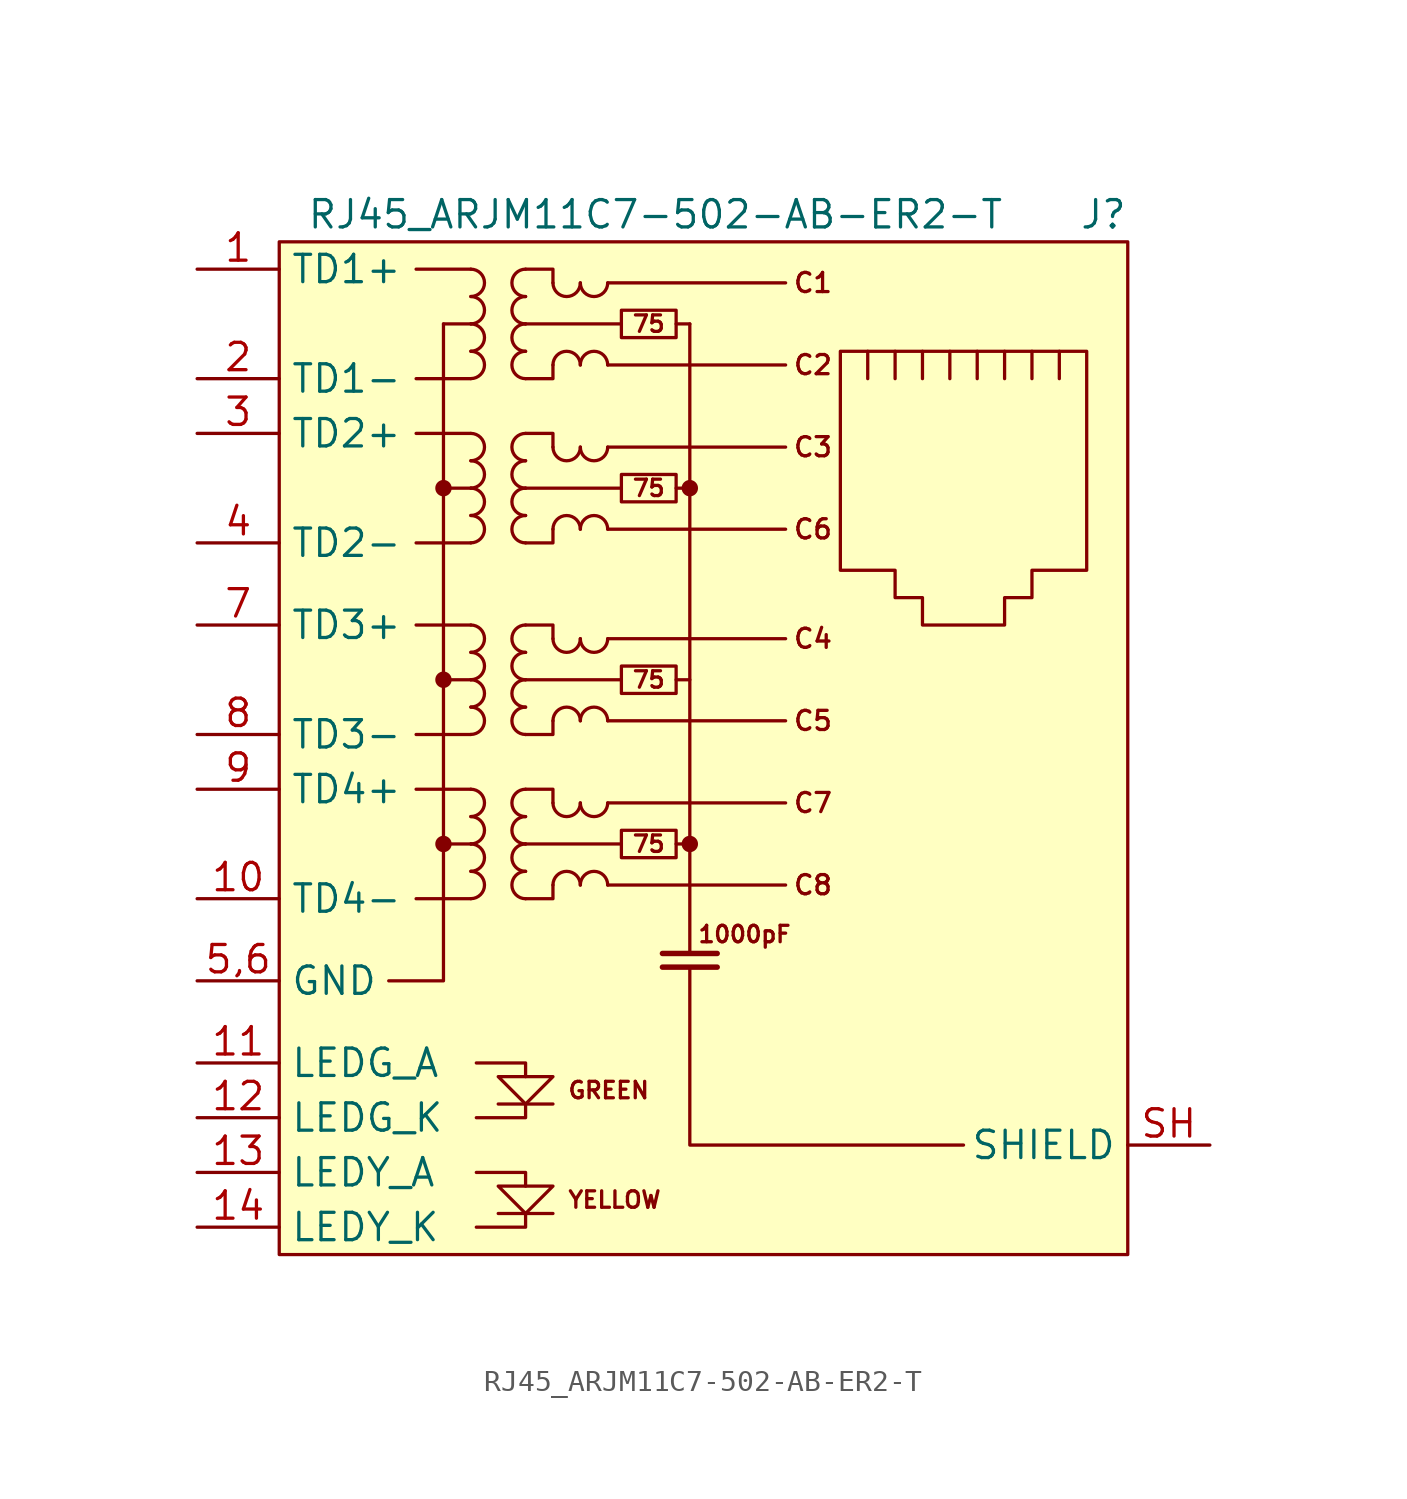
<source format=kicad_sym>
(kicad_symbol_lib
  (version 20211014)
  (generator kicad_symbol_editor)
  (symbol "RJ45_ARJM11C7-502-AB-ER2-T"
    (property "Reference" "J"
      (at 19.05 15.24 0)
      (effects (font (size 1.27 1.27)) (justify right)))
    (property "Value" "RJ45_ARJM11C7-502-AB-ER2-T"
      (at -19.05 15.24 0)
      (effects (font (size 1.27 1.27)) (justify left)))
    (symbol "RJ45_ARJM11C7-502-AB-ER2-T_0_0"
      (circle (center -12.7 -13.97) (radius 0.254) (stroke (width 0.254) (type default) (color 0 0 0 0)) (fill (type outline)))
      (circle (center -12.7 -6.35) (radius 0.254) (stroke (width 0.254) (type default) (color 0 0 0 0)) (fill (type outline)))
      (circle (center -12.7 2.54) (radius 0.254) (stroke (width 0.254) (type default) (color 0 0 0 0)) (fill (type outline)))
      (circle (center -1.27 -13.97) (radius 0.254) (stroke (width 0.254) (type default) (color 0 0 0 0)) (fill (type outline)))
      (circle (center -1.27 2.54) (radius 0.254) (stroke (width 0.254) (type default) (color 0 0 0 0)) (fill (type outline)))
      (polyline (pts (xy -7.62 -31.115) (xy -10.16 -31.115)) (stroke (width 0) (type default) (color 0 0 0 0)) (fill (type none)))
      (polyline (pts (xy -7.62 -26.035) (xy -10.16 -26.035)) (stroke (width 0) (type default) (color 0 0 0 0)) (fill (type none)))
      (polyline (pts (xy -1.27 10.16) (xy -1.27 -19.05)) (stroke (width 0) (type default) (color 0 0 0 0)) (fill (type none)))
      (polyline (pts (xy 0 -19.685) (xy -2.54 -19.685)) (stroke (width 0.254) (type default) (color 0 0 0 0)) (fill (type none)))
      (polyline (pts (xy 0 -19.05) (xy -2.54 -19.05)) (stroke (width 0.254) (type default) (color 0 0 0 0)) (fill (type none)))
      (polyline (pts (xy -12.7 10.16) (xy -12.7 -20.32) (xy -15.24 -20.32)) (stroke (width 0) (type default) (color 0 0 0 0)) (fill (type none)))
      (polyline (pts (xy -11.176 -31.75) (xy -8.89 -31.75) (xy -8.89 -31.115)) (stroke (width 0) (type default) (color 0 0 0 0)) (fill (type none)))
      (polyline (pts (xy -11.176 -29.21) (xy -8.89 -29.21) (xy -8.89 -29.845)) (stroke (width 0) (type default) (color 0 0 0 0)) (fill (type none)))
      (polyline (pts (xy -11.176 -24.13) (xy -8.89 -24.13) (xy -8.89 -24.765)) (stroke (width 0) (type default) (color 0 0 0 0)) (fill (type none)))
      (polyline (pts (xy -8.89 -26.035) (xy -8.89 -26.67) (xy -11.176 -26.67)) (stroke (width 0) (type default) (color 0 0 0 0)) (fill (type none)))
      (polyline (pts (xy -1.27 -19.685) (xy -1.27 -27.94) (xy 11.43 -27.94)) (stroke (width 0) (type default) (color 0 0 0 0)) (fill (type none)))
      (polyline (pts (xy -10.16 -24.765) (xy -7.62 -24.765) (xy -8.89 -26.035) (xy -10.16 -24.765)) (stroke (width 0) (type default) (color 0 0 0 0)) (fill (type none)))
      (polyline (pts (xy -7.62 -29.845) (xy -10.16 -29.845) (xy -8.89 -31.115) (xy -7.62 -29.845)) (stroke (width 0) (type default) (color 0 0 0 0)) (fill (type none)))
      (text "1000pF" (at 1.27 -18.161 0) (effects (font (size 0.762 0.762))))
      (text "75" (at -3.175 -13.97 0) (effects (font (size 0.762 0.762))))
      (text "75" (at -3.175 -6.35 0) (effects (font (size 0.762 0.762))))
      (text "75" (at -3.175 2.54 0) (effects (font (size 0.762 0.762))))
      (text "75" (at -3.175 10.16 0) (effects (font (size 0.762 0.762))))
      (text "C1" (at 4.445 12.065 0) (effects (font (size 0.889 0.889))))
      (text "C2" (at 4.445 8.255 0) (effects (font (size 0.889 0.889))))
      (text "C3" (at 4.445 4.445 0) (effects (font (size 0.889 0.889))))
      (text "C4" (at 4.445 -4.445 0) (effects (font (size 0.889 0.889))))
      (text "C5" (at 4.445 -8.255 0) (effects (font (size 0.889 0.889))))
      (text "C6" (at 4.445 0.635 0) (effects (font (size 0.889 0.889))))
      (text "C7" (at 4.445 -12.065 0) (effects (font (size 0.889 0.889))))
      (text "C8" (at 4.445 -15.875 0) (effects (font (size 0.889 0.889))))
      (text "GREEN" (at -6.985 -25.4 0) (effects (font (size 0.762 0.762)) (justify left)))
      (text "YELLOW" (at -6.985 -30.48 0) (effects (font (size 0.762 0.762)) (justify left))))
    (symbol "RJ45_ARJM11C7-502-AB-ER2-T_0_1"
      (rectangle (start -20.32 13.97) (end 19.05 -33.02) (stroke (width 0.152) (type default) (color 0 0 0 0)) (fill (type background)))
      (arc (start -11.43 -16.51) (mid -10.795 -15.875) (end -11.43 -15.24) (stroke (width 0) (type default) (color 0 0 0 0)) (fill (type none)))
      (arc (start -11.43 -15.24) (mid -10.795 -14.605) (end -11.43 -13.97) (stroke (width 0) (type default) (color 0 0 0 0)) (fill (type none)))
      (arc (start -11.43 -13.97) (mid -10.795 -13.335) (end -11.43 -12.7) (stroke (width 0) (type default) (color 0 0 0 0)) (fill (type none)))
      (arc (start -11.43 -12.7) (mid -10.795 -12.065) (end -11.43 -11.43) (stroke (width 0) (type default) (color 0 0 0 0)) (fill (type none)))
      (arc (start -11.43 -8.89) (mid -10.795 -8.255) (end -11.43 -7.62) (stroke (width 0) (type default) (color 0 0 0 0)) (fill (type none)))
      (arc (start -11.43 -7.62) (mid -10.795 -6.985) (end -11.43 -6.35) (stroke (width 0) (type default) (color 0 0 0 0)) (fill (type none)))
      (arc (start -11.43 -6.35) (mid -10.795 -5.715) (end -11.43 -5.08) (stroke (width 0) (type default) (color 0 0 0 0)) (fill (type none)))
      (arc (start -11.43 -5.08) (mid -10.795 -4.445) (end -11.43 -3.81) (stroke (width 0) (type default) (color 0 0 0 0)) (fill (type none)))
      (arc (start -11.43 0) (mid -10.795 0.635) (end -11.43 1.27) (stroke (width 0) (type default) (color 0 0 0 0)) (fill (type none)))
      (arc (start -11.43 1.27) (mid -10.795 1.905) (end -11.43 2.54) (stroke (width 0) (type default) (color 0 0 0 0)) (fill (type none)))
      (arc (start -11.43 2.54) (mid -10.795 3.175) (end -11.43 3.81) (stroke (width 0) (type default) (color 0 0 0 0)) (fill (type none)))
      (arc (start -11.43 3.81) (mid -10.795 4.445) (end -11.43 5.08) (stroke (width 0) (type default) (color 0 0 0 0)) (fill (type none)))
      (arc (start -11.43 7.62) (mid -10.795 8.255) (end -11.43 8.89) (stroke (width 0) (type default) (color 0 0 0 0)) (fill (type none)))
      (arc (start -11.43 8.89) (mid -10.795 9.525) (end -11.43 10.16) (stroke (width 0) (type default) (color 0 0 0 0)) (fill (type none)))
      (arc (start -11.43 10.16) (mid -10.795 10.795) (end -11.43 11.43) (stroke (width 0) (type default) (color 0 0 0 0)) (fill (type none)))
      (arc (start -11.43 11.43) (mid -10.795 12.065) (end -11.43 12.7) (stroke (width 0) (type default) (color 0 0 0 0)) (fill (type none)))
      (arc (start -8.89 -15.24) (mid -9.525 -15.875) (end -8.89 -16.51) (stroke (width 0) (type default) (color 0 0 0 0)) (fill (type none)))
      (arc (start -8.89 -13.97) (mid -9.525 -14.605) (end -8.89 -15.24) (stroke (width 0) (type default) (color 0 0 0 0)) (fill (type none)))
      (arc (start -8.89 -12.7) (mid -9.525 -13.335) (end -8.89 -13.97) (stroke (width 0) (type default) (color 0 0 0 0)) (fill (type none)))
      (arc (start -8.89 -11.43) (mid -9.525 -12.065) (end -8.89 -12.7) (stroke (width 0) (type default) (color 0 0 0 0)) (fill (type none)))
      (arc (start -8.89 -7.62) (mid -9.525 -8.255) (end -8.89 -8.89) (stroke (width 0) (type default) (color 0 0 0 0)) (fill (type none)))
      (arc (start -8.89 -6.35) (mid -9.525 -6.985) (end -8.89 -7.62) (stroke (width 0) (type default) (color 0 0 0 0)) (fill (type none)))
      (arc (start -8.89 -5.08) (mid -9.525 -5.715) (end -8.89 -6.35) (stroke (width 0) (type default) (color 0 0 0 0)) (fill (type none)))
      (arc (start -8.89 -3.81) (mid -9.525 -4.445) (end -8.89 -5.08) (stroke (width 0) (type default) (color 0 0 0 0)) (fill (type none)))
      (arc (start -8.89 1.27) (mid -9.525 0.635) (end -8.89 0) (stroke (width 0) (type default) (color 0 0 0 0)) (fill (type none)))
      (arc (start -8.89 2.54) (mid -9.525 1.905) (end -8.89 1.27) (stroke (width 0) (type default) (color 0 0 0 0)) (fill (type none)))
      (arc (start -8.89 3.81) (mid -9.525 3.175) (end -8.89 2.54) (stroke (width 0) (type default) (color 0 0 0 0)) (fill (type none)))
      (arc (start -8.89 5.08) (mid -9.525 4.445) (end -8.89 3.81) (stroke (width 0) (type default) (color 0 0 0 0)) (fill (type none)))
      (arc (start -8.89 8.89) (mid -9.525 8.255) (end -8.89 7.62) (stroke (width 0) (type default) (color 0 0 0 0)) (fill (type none)))
      (arc (start -8.89 10.16) (mid -9.525 9.525) (end -8.89 8.89) (stroke (width 0) (type default) (color 0 0 0 0)) (fill (type none)))
      (arc (start -8.89 11.43) (mid -9.525 10.795) (end -8.89 10.16) (stroke (width 0) (type default) (color 0 0 0 0)) (fill (type none)))
      (arc (start -8.89 12.7) (mid -9.525 12.065) (end -8.89 11.43) (stroke (width 0) (type default) (color 0 0 0 0)) (fill (type none)))
      (arc (start -7.62 -12.065) (mid -6.985 -12.7) (end -6.35 -12.065) (stroke (width 0) (type default) (color 0 0 0 0)) (fill (type none)))
      (arc (start -7.62 -4.445) (mid -6.985 -5.08) (end -6.35 -4.445) (stroke (width 0) (type default) (color 0 0 0 0)) (fill (type none)))
      (arc (start -7.62 4.445) (mid -6.985 3.81) (end -6.35 4.445) (stroke (width 0) (type default) (color 0 0 0 0)) (fill (type none)))
      (arc (start -7.62 12.065) (mid -6.985 11.43) (end -6.35 12.065) (stroke (width 0) (type default) (color 0 0 0 0)) (fill (type none)))
      (arc (start -6.35 -15.875) (mid -6.985 -15.24) (end -7.62 -15.875) (stroke (width 0) (type default) (color 0 0 0 0)) (fill (type none)))
      (arc (start -6.35 -12.065) (mid -5.715 -12.7) (end -5.08 -12.065) (stroke (width 0) (type default) (color 0 0 0 0)) (fill (type none)))
      (arc (start -6.35 -8.255) (mid -6.985 -7.62) (end -7.62 -8.255) (stroke (width 0) (type default) (color 0 0 0 0)) (fill (type none)))
      (arc (start -6.35 -4.445) (mid -5.715 -5.08) (end -5.08 -4.445) (stroke (width 0) (type default) (color 0 0 0 0)) (fill (type none)))
      (arc (start -6.35 0.635) (mid -6.985 1.27) (end -7.62 0.635) (stroke (width 0) (type default) (color 0 0 0 0)) (fill (type none)))
      (arc (start -6.35 4.445) (mid -5.715 3.81) (end -5.08 4.445) (stroke (width 0) (type default) (color 0 0 0 0)) (fill (type none)))
      (arc (start -6.35 8.255) (mid -6.985 8.89) (end -7.62 8.255) (stroke (width 0) (type default) (color 0 0 0 0)) (fill (type none)))
      (arc (start -6.35 12.065) (mid -5.715 11.43) (end -5.08 12.065) (stroke (width 0) (type default) (color 0 0 0 0)) (fill (type none)))
      (arc (start -5.08 -15.875) (mid -5.715 -15.24) (end -6.35 -15.875) (stroke (width 0) (type default) (color 0 0 0 0)) (fill (type none)))
      (arc (start -5.08 -8.255) (mid -5.715 -7.62) (end -6.35 -8.255) (stroke (width 0) (type default) (color 0 0 0 0)) (fill (type none)))
      (arc (start -5.08 0.635) (mid -5.715 1.27) (end -6.35 0.635) (stroke (width 0) (type default) (color 0 0 0 0)) (fill (type none)))
      (arc (start -5.08 8.255) (mid -5.715 8.89) (end -6.35 8.255) (stroke (width 0) (type default) (color 0 0 0 0)) (fill (type none)))
      (rectangle (start -4.445 -13.335) (end -1.905 -14.605) (stroke (width 0) (type default) (color 0 0 0 0)) (fill (type none)))
      (rectangle (start -4.445 -5.715) (end -1.905 -6.985) (stroke (width 0) (type default) (color 0 0 0 0)) (fill (type none)))
      (rectangle (start -4.445 3.175) (end -1.905 1.905) (stroke (width 0) (type default) (color 0 0 0 0)) (fill (type none)))
      (rectangle (start -4.445 10.795) (end -1.905 9.525) (stroke (width 0) (type default) (color 0 0 0 0)) (fill (type none)))
      (polyline (pts (xy -11.43 -16.51) (xy -13.97 -16.51)) (stroke (width 0) (type default) (color 0 0 0 0)) (fill (type none)))
      (polyline (pts (xy -11.43 -13.97) (xy -12.7 -13.97)) (stroke (width 0) (type default) (color 0 0 0 0)) (fill (type none)))
      (polyline (pts (xy -11.43 -11.43) (xy -13.97 -11.43)) (stroke (width 0) (type default) (color 0 0 0 0)) (fill (type none)))
      (polyline (pts (xy -11.43 -8.89) (xy -13.97 -8.89)) (stroke (width 0) (type default) (color 0 0 0 0)) (fill (type none)))
      (polyline (pts (xy -11.43 -6.35) (xy -12.7 -6.35)) (stroke (width 0) (type default) (color 0 0 0 0)) (fill (type none)))
      (polyline (pts (xy -11.43 -3.81) (xy -13.97 -3.81)) (stroke (width 0) (type default) (color 0 0 0 0)) (fill (type none)))
      (polyline (pts (xy -11.43 0) (xy -13.97 0)) (stroke (width 0) (type default) (color 0 0 0 0)) (fill (type none)))
      (polyline (pts (xy -11.43 2.54) (xy -12.7 2.54)) (stroke (width 0) (type default) (color 0 0 0 0)) (fill (type none)))
      (polyline (pts (xy -11.43 5.08) (xy -13.97 5.08)) (stroke (width 0) (type default) (color 0 0 0 0)) (fill (type none)))
      (polyline (pts (xy -11.43 7.62) (xy -13.97 7.62)) (stroke (width 0) (type default) (color 0 0 0 0)) (fill (type none)))
      (polyline (pts (xy -11.43 10.16) (xy -12.7 10.16)) (stroke (width 0) (type default) (color 0 0 0 0)) (fill (type none)))
      (polyline (pts (xy -11.43 12.7) (xy -13.97 12.7)) (stroke (width 0) (type default) (color 0 0 0 0)) (fill (type none)))
      (polyline (pts (xy -5.08 -15.875) (xy 3.175 -15.875)) (stroke (width 0) (type default) (color 0 0 0 0)) (fill (type none)))
      (polyline (pts (xy -5.08 -12.065) (xy 3.175 -12.065)) (stroke (width 0) (type default) (color 0 0 0 0)) (fill (type none)))
      (polyline (pts (xy -5.08 -8.255) (xy 3.175 -8.255)) (stroke (width 0) (type default) (color 0 0 0 0)) (fill (type none)))
      (polyline (pts (xy -5.08 -4.445) (xy 3.175 -4.445)) (stroke (width 0) (type default) (color 0 0 0 0)) (fill (type none)))
      (polyline (pts (xy -5.08 0.635) (xy 3.175 0.635)) (stroke (width 0) (type default) (color 0 0 0 0)) (fill (type none)))
      (polyline (pts (xy -5.08 4.445) (xy 3.175 4.445)) (stroke (width 0) (type default) (color 0 0 0 0)) (fill (type none)))
      (polyline (pts (xy -5.08 8.255) (xy 3.175 8.255)) (stroke (width 0) (type default) (color 0 0 0 0)) (fill (type none)))
      (polyline (pts (xy -5.08 12.065) (xy 3.175 12.065)) (stroke (width 0) (type default) (color 0 0 0 0)) (fill (type none)))
      (polyline (pts (xy -4.445 -13.97) (xy -8.89 -13.97)) (stroke (width 0) (type default) (color 0 0 0 0)) (fill (type none)))
      (polyline (pts (xy -4.445 -6.35) (xy -8.89 -6.35)) (stroke (width 0) (type default) (color 0 0 0 0)) (fill (type none)))
      (polyline (pts (xy -4.445 2.54) (xy -8.89 2.54)) (stroke (width 0) (type default) (color 0 0 0 0)) (fill (type none)))
      (polyline (pts (xy -4.445 10.16) (xy -8.89 10.16)) (stroke (width 0) (type default) (color 0 0 0 0)) (fill (type none)))
      (polyline (pts (xy -1.27 -13.97) (xy -1.905 -13.97)) (stroke (width 0.152) (type default) (color 0 0 0 0)) (fill (type none)))
      (polyline (pts (xy -1.27 -6.35) (xy -1.905 -6.35)) (stroke (width 0.152) (type default) (color 0 0 0 0)) (fill (type none)))
      (polyline (pts (xy -1.27 2.54) (xy -1.905 2.54)) (stroke (width 0.152) (type default) (color 0 0 0 0)) (fill (type none)))
      (polyline (pts (xy -1.27 10.16) (xy -1.905 10.16)) (stroke (width 0.152) (type default) (color 0 0 0 0)) (fill (type none)))
      (polyline (pts (xy 6.985 7.62) (xy 6.985 8.89)) (stroke (width 0) (type default) (color 0 0 0 0)) (fill (type none)))
      (polyline (pts (xy 8.255 8.89) (xy 8.255 7.62)) (stroke (width 0) (type default) (color 0 0 0 0)) (fill (type none)))
      (polyline (pts (xy 9.525 8.89) (xy 9.525 7.62)) (stroke (width 0) (type default) (color 0 0 0 0)) (fill (type none)))
      (polyline (pts (xy 10.795 8.89) (xy 10.795 7.62)) (stroke (width 0) (type default) (color 0 0 0 0)) (fill (type none)))
      (polyline (pts (xy 12.065 8.89) (xy 12.065 7.62)) (stroke (width 0) (type default) (color 0 0 0 0)) (fill (type none)))
      (polyline (pts (xy 13.335 8.89) (xy 13.335 7.62)) (stroke (width 0) (type default) (color 0 0 0 0)) (fill (type none)))
      (polyline (pts (xy 14.605 7.62) (xy 14.605 8.89)) (stroke (width 0) (type default) (color 0 0 0 0)) (fill (type none)))
      (polyline (pts (xy 15.875 7.62) (xy 15.875 8.89)) (stroke (width 0) (type default) (color 0 0 0 0)) (fill (type none)))
      (polyline (pts (xy -8.89 -11.43) (xy -7.62 -11.43) (xy -7.62 -12.065)) (stroke (width 0) (type default) (color 0 0 0 0)) (fill (type none)))
      (polyline (pts (xy -8.89 -3.81) (xy -7.62 -3.81) (xy -7.62 -4.445)) (stroke (width 0) (type default) (color 0 0 0 0)) (fill (type none)))
      (polyline (pts (xy -8.89 5.08) (xy -7.62 5.08) (xy -7.62 4.445)) (stroke (width 0) (type default) (color 0 0 0 0)) (fill (type none)))
      (polyline (pts (xy -8.89 12.7) (xy -7.62 12.7) (xy -7.62 12.065)) (stroke (width 0) (type default) (color 0 0 0 0)) (fill (type none)))
      (polyline (pts (xy -7.62 -15.875) (xy -7.62 -16.51) (xy -8.89 -16.51)) (stroke (width 0) (type default) (color 0 0 0 0)) (fill (type none)))
      (polyline (pts (xy -7.62 -8.255) (xy -7.62 -8.89) (xy -8.89 -8.89)) (stroke (width 0) (type default) (color 0 0 0 0)) (fill (type none)))
      (polyline (pts (xy -7.62 0.635) (xy -7.62 0) (xy -8.89 0)) (stroke (width 0) (type default) (color 0 0 0 0)) (fill (type none)))
      (polyline (pts (xy -7.62 8.255) (xy -7.62 7.62) (xy -8.89 7.62)) (stroke (width 0) (type default) (color 0 0 0 0)) (fill (type none)))
      (polyline (pts (xy 5.715 8.89) (xy 17.145 8.89) (xy 17.145 -1.27) (xy 14.605 -1.27) (xy 14.605 -2.54) (xy 13.335 -2.54) (xy 13.335 -3.81) (xy 9.525 -3.81) (xy 9.525 -2.54) (xy 8.255 -2.54) (xy 8.255 -1.27) (xy 5.715 -1.27) (xy 5.715 8.89)) (stroke (width 0) (type default) (color 0 0 0 0)) (fill (type none))))
    (symbol "RJ45_ARJM11C7-502-AB-ER2-T_1_1"
      (pin passive line (at -24.13 12.7 0) (length 3.81) (name "TD1+" (effects (font (size 1.27 1.27)))) (number "1" (effects (font (size 1.27 1.27)))))
      (pin passive line (at -24.13 -16.51 0) (length 3.81) (name "TD4-" (effects (font (size 1.27 1.27)))) (number "10" (effects (font (size 1.27 1.27)))))
      (pin passive line (at -24.13 -24.13 0) (length 3.81) (name "LEDG_A" (effects (font (size 1.27 1.27)))) (number "11" (effects (font (size 1.27 1.27)))))
      (pin passive line (at -24.13 -26.67 0) (length 3.81) (name "LEDG_K" (effects (font (size 1.27 1.27)))) (number "12" (effects (font (size 1.27 1.27)))))
      (pin passive line (at -24.13 -29.21 0) (length 3.81) (name "LEDY_A" (effects (font (size 1.27 1.27)))) (number "13" (effects (font (size 1.27 1.27)))))
      (pin passive line (at -24.13 -31.75 0) (length 3.81) (name "LEDY_K" (effects (font (size 1.27 1.27)))) (number "14" (effects (font (size 1.27 1.27)))))
      (pin passive line (at -24.13 7.62 0) (length 3.81) (name "TD1-" (effects (font (size 1.27 1.27)))) (number "2" (effects (font (size 1.27 1.27)))))
      (pin passive line (at -24.13 5.08 0) (length 3.81) (name "TD2+" (effects (font (size 1.27 1.27)))) (number "3" (effects (font (size 1.27 1.27)))))
      (pin passive line (at -24.13 0 0) (length 3.81) (name "TD2-" (effects (font (size 1.27 1.27)))) (number "4" (effects (font (size 1.27 1.27)))))
      (pin power_in line (at -24.13 -20.32 0) (length 3.81) (name "GND" (effects (font (size 1.27 1.27)))) (number "5,6" (effects (font (size 1.27 1.27)))))
      (pin passive line (at -24.13 -3.81 0) (length 3.81) (name "TD3+" (effects (font (size 1.27 1.27)))) (number "7" (effects (font (size 1.27 1.27)))))
      (pin passive line (at -24.13 -8.89 0) (length 3.81) (name "TD3-" (effects (font (size 1.27 1.27)))) (number "8" (effects (font (size 1.27 1.27)))))
      (pin passive line (at -24.13 -11.43 0) (length 3.81) (name "TD4+" (effects (font (size 1.27 1.27)))) (number "9" (effects (font (size 1.27 1.27)))))
      (pin passive line (at 22.86 -27.94 180) (length 3.81) (name "SHIELD" (effects (font (size 1.27 1.27)))) (number "SH" (effects (font (size 1.27 1.27))))))))
</source>
